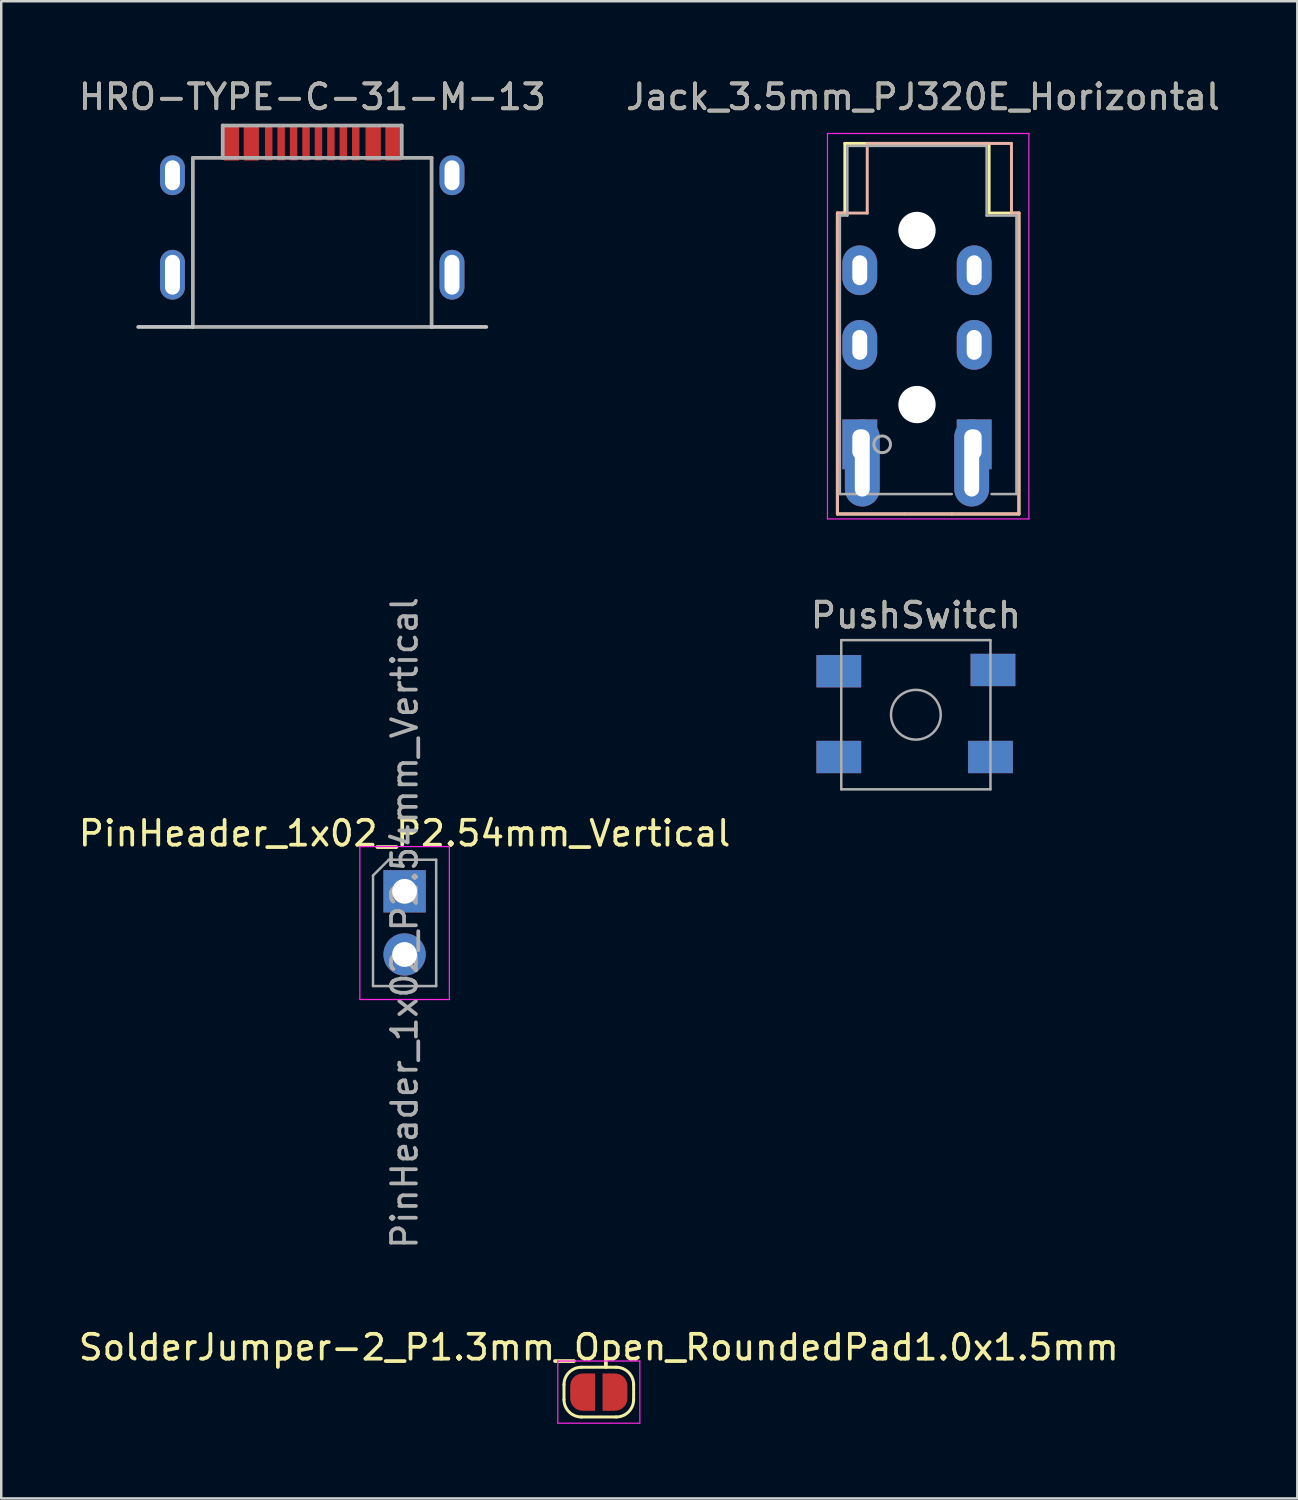
<source format=kicad_pcb>
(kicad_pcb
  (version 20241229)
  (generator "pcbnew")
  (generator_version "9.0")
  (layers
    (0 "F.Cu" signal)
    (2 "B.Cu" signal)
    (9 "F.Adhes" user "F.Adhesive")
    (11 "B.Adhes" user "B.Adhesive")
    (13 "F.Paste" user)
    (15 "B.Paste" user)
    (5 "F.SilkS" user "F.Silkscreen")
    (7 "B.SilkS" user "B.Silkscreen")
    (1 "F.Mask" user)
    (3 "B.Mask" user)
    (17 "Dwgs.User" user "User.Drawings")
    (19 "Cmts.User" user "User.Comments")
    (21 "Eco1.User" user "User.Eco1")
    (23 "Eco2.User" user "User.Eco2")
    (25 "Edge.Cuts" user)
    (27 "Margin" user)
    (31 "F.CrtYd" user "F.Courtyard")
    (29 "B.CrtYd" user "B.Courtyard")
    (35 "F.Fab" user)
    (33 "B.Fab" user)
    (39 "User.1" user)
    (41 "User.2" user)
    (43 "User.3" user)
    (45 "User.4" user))
  (footprint "Jack_3.5mm_PJ320E_Horizontal"
    (layer "F.Cu")
    (at 31.525 14.818)
    (property "Reference" "Jack_3.5mm_PJ320E_Horizontal" (at 2.54 -13.97 0) (layer "F.SilkS") (effects (font (size 1 1) (thickness 0.15))))
    (attr through_hole)
    (fp_line (start -0.9 -9.3) (end -0.9 2.8) (stroke (width 0.12) (type solid)) (layer "F.SilkS"))
    (fp_line (start -0.9 -9.3) (end -0.6 -9.3) (stroke (width 0.12) (type solid)) (layer "F.SilkS"))
    (fp_line (start -0.9 2.8) (end 3.7 2.8) (stroke (width 0.12) (type solid)) (layer "F.SilkS"))
    (fp_line (start -0.6 -9.3) (end -0.6 -12.1) (stroke (width 0.12) (type solid)) (layer "F.SilkS"))
    (fp_line (start 5.2 -12.1) (end -0.6 -12.1) (stroke (width 0.12) (type solid)) (layer "F.SilkS"))
    (fp_line (start 5.2 -9.3) (end 5.2 -12.1) (stroke (width 0.12) (type solid)) (layer "F.SilkS"))
    (fp_line (start 5.2 -9.3) (end 6.4 -9.3) (stroke (width 0.12) (type solid)) (layer "F.SilkS"))
    (fp_line (start 6.4 -9.3) (end 6.4 2.8) (stroke (width 0.12) (type solid)) (layer "F.SilkS"))
    (fp_line (start 6.4 2.8) (end 3.7 2.8) (stroke (width 0.12) (type solid)) (layer "F.SilkS"))
    (fp_line (start -0.9 -9.3) (end -0.9 2.8) (stroke (width 0.12) (type solid)) (layer "B.SilkS"))
    (fp_line (start -0.9 2.8) (end 1.8 2.8) (stroke (width 0.12) (type solid)) (layer "B.SilkS"))
    (fp_line (start 0.3 -12.1) (end 6.1 -12.1) (stroke (width 0.12) (type solid)) (layer "B.SilkS"))
    (fp_line (start 0.3 -9.3) (end -0.9 -9.3) (stroke (width 0.12) (type solid)) (layer "B.SilkS"))
    (fp_line (start 0.3 -9.3) (end 0.3 -12.1) (stroke (width 0.12) (type solid)) (layer "B.SilkS"))
    (fp_line (start 6.1 -9.3) (end 6.1 -12.1) (stroke (width 0.12) (type solid)) (layer "B.SilkS"))
    (fp_line (start 6.4 -9.3) (end 6.1 -9.3) (stroke (width 0.12) (type solid)) (layer "B.SilkS"))
    (fp_line (start 6.4 -9.3) (end 6.4 2.8) (stroke (width 0.12) (type solid)) (layer "B.SilkS"))
    (fp_line (start 6.4 2.8) (end 1.8 2.8) (stroke (width 0.12) (type solid)) (layer "B.SilkS"))
    (fp_line (start -1.3 -12.5) (end -1.3 3) (stroke (width 0.05) (type solid)) (layer "F.CrtYd"))
    (fp_line (start -1.3 -12.5) (end 6.8 -12.5) (stroke (width 0.05) (type solid)) (layer "F.CrtYd"))
    (fp_line (start -1.3 3) (end 6.8 3) (stroke (width 0.05) (type solid)) (layer "F.CrtYd"))
    (fp_line (start 6.8 -12.5) (end 6.8 3) (stroke (width 0.05) (type solid)) (layer "F.CrtYd"))
    (fp_line (start -0.8 -9.2) (end -0.5 -9.2) (stroke (width 0.1) (type solid)) (layer "F.Fab"))
    (fp_line (start -0.8 2) (end -0.8 -9.2) (stroke (width 0.1) (type solid)) (layer "F.Fab"))
    (fp_line (start -0.5 -12) (end 5.1 -12) (stroke (width 0.1) (type solid)) (layer "F.Fab"))
    (fp_line (start -0.5 -9.2) (end -0.5 -12) (stroke (width 0.1) (type solid)) (layer "F.Fab"))
    (fp_line (start 3.7 2) (end -0.8 2) (stroke (width 0.1) (type solid)) (layer "F.Fab"))
    (fp_line (start 5.1 -12) (end 5.1 -9.2) (stroke (width 0.1) (type solid)) (layer "F.Fab"))
    (fp_line (start 5.1 -9.2) (end 6.3 -9.2) (stroke (width 0.1) (type solid)) (layer "F.Fab"))
    (fp_line (start 6.3 -9.2) (end 6.3 2) (stroke (width 0.1) (type solid)) (layer "F.Fab"))
    (fp_line (start 6.3 2) (end 5.3 2) (stroke (width 0.1) (type solid)) (layer "F.Fab"))
    (fp_circle (center 0.9 0) (end 1.2 0.15) (stroke (width 0.12) (type solid)) (fill no) (layer "F.Fab"))
    (fp_text user "${REFERENCE}" (at 2.54 -13.97 0) (layer "F.Fab") (effects (font (size 1 1) (thickness 0.15))))
    (pad "" np_thru_hole oval (at 2.3 -8.6 270) (size 1.5 1.5) (drill oval 1.5) (layers "*.Cu" "*.Mask"))
    (pad "" np_thru_hole oval (at 2.3 -1.6 270) (size 1.5 1.5) (drill oval 1.5) (layers "*.Cu" "*.Mask"))
    (pad "R1" thru_hole oval (at 0 -4 270) (size 2 1.4) (drill oval 1.2 0.6) (layers "*.Cu" "*.Mask"))
    (pad "R1" thru_hole oval (at 4.6 -4 270) (size 2 1.4) (drill oval 1.2 0.6) (layers "*.Cu" "*.Mask"))
    (pad "R2" thru_hole oval (at 0 -7 270) (size 2 1.4) (drill oval 1.2 0.6) (layers "*.Cu" "*.Mask"))
    (pad "R2" thru_hole oval (at 4.6 -7 270) (size 2 1.4) (drill oval 1.2 0.6) (layers "*.Cu" "*.Mask"))
    (pad "T" thru_hole rect (at 0 0 270) (size 2 1.4) (drill oval 1.2 0.6) (layers "*.Cu" "*.Mask"))
    (pad "T" thru_hole oval (at 0.1 0.75 270) (size 3.5 1.4) (drill oval 2.7 0.6) (layers "*.Cu" "*.Mask"))
    (pad "T" thru_hole oval (at 4.5 0.75 270) (size 3.5 1.4) (drill oval 2.7 0.6) (layers "*.Cu" "*.Mask"))
    (pad "T" thru_hole rect (at 4.6 0 270) (size 2 1.4) (drill oval 1.2 0.6) (layers "*.Cu" "*.Mask")))
  (footprint "SolderJumper-2_P1.3mm_Open_RoundedPad1.0x1.5mm"
    (layer "F.Cu")
    (at 21.03 52.932)
    (property "Reference" "SolderJumper-2_P1.3mm_Open_RoundedPad1.0x1.5mm" (at 0 -1.8 0) (layer "F.SilkS") (effects (font (size 1 1) (thickness 0.15))))
    (attr exclude_from_pos_files exclude_from_bom)
    (fp_line (start -1.4 0.3) (end -1.4 -0.3) (stroke (width 0.12) (type solid)) (layer "F.SilkS"))
    (fp_line (start -0.7 -1) (end 0.7 -1) (stroke (width 0.12) (type solid)) (layer "F.SilkS"))
    (fp_line (start 0.7 1) (end -0.7 1) (stroke (width 0.12) (type solid)) (layer "F.SilkS"))
    (fp_line (start 1.4 -0.3) (end 1.4 0.3) (stroke (width 0.12) (type solid)) (layer "F.SilkS"))
    (fp_arc (start -1.4 -0.3) (mid -1.194975 -0.794975) (end -0.7 -1) (stroke (width 0.12) (type solid)) (layer "F.SilkS"))
    (fp_arc (start -0.7 1) (mid -1.194975 0.794975) (end -1.4 0.3) (stroke (width 0.12) (type solid)) (layer "F.SilkS"))
    (fp_arc (start 0.7 -1) (mid 1.194975 -0.794975) (end 1.4 -0.3) (stroke (width 0.12) (type solid)) (layer "F.SilkS"))
    (fp_arc (start 1.4 0.3) (mid 1.194975 0.794975) (end 0.7 1) (stroke (width 0.12) (type solid)) (layer "F.SilkS"))
    (fp_line (start -1.65 -1.25) (end -1.65 1.25) (stroke (width 0.05) (type solid)) (layer "F.CrtYd"))
    (fp_line (start -1.65 -1.25) (end 1.65 -1.25) (stroke (width 0.05) (type solid)) (layer "F.CrtYd"))
    (fp_line (start 1.65 1.25) (end -1.65 1.25) (stroke (width 0.05) (type solid)) (layer "F.CrtYd"))
    (fp_line (start 1.65 1.25) (end 1.65 -1.25) (stroke (width 0.05) (type solid)) (layer "F.CrtYd"))
    (pad "1" smd custom (at -0.65 0) (size 1 0.5) (layers "F.Cu" "F.Mask") (options (anchor rect)) (primitives (gr_circle (center 0 0.25) (end 0.5 0.25) (width 0) (fill yes)) (gr_circle (center 0 -0.25) (end 0.5 -0.25) (width 0) (fill yes)) (gr_poly (pts (xy 0.5 0.75) (xy 0 0.75) (xy 0 -0.75) (xy 0.5 -0.75)) (width 0) (fill yes))))
    (pad "2" smd custom (at 0.65 0) (size 1 0.5) (layers "F.Cu" "F.Mask") (options (anchor rect)) (primitives (gr_circle (center 0 0.25) (end 0.5 0.25) (width 0) (fill yes)) (gr_circle (center 0 -0.25) (end 0.5 -0.25) (width 0) (fill yes)) (gr_poly (pts (xy 0 0.75) (xy -0.5 0.75) (xy -0.5 -0.75) (xy 0 -0.75)) (width 0) (fill yes)))))
  (footprint "PushSwitch"
    (layer "F.Cu")
    (at 33.78 25.692)
    (property "Reference" "PushSwitch" (at 0 -4 180) (layer "F.SilkS") (effects (font (size 1 1) (thickness 0.15))))
    (attr smd)
    (fp_line (start -3 -3) (end -3 3) (stroke (width 0.1) (type solid)) (layer "F.Fab"))
    (fp_line (start -3 3) (end 3 3) (stroke (width 0.1) (type solid)) (layer "F.Fab"))
    (fp_line (start 3 -3) (end -3 -3) (stroke (width 0.1) (type solid)) (layer "F.Fab"))
    (fp_line (start 3 3) (end 3 -3) (stroke (width 0.1) (type solid)) (layer "F.Fab"))
    (fp_circle (center 0 0) (end 1 0) (stroke (width 0.1) (type solid)) (fill no) (layer "F.Fab"))
    (fp_text user "${REFERENCE}" (at 0 -4 180) (layer "F.Fab") (effects (font (size 1 1) (thickness 0.15))))
    (pad "1" smd rect (at -3.1 -1.75) (size 1.8 1.3) (layers "F.Cu" "F.Mask" "F.Paste"))
    (pad "1" smd rect (at -3.1 -1.75) (size 1.8 1.3) (layers "B.Cu" "B.Mask" "B.Paste"))
    (pad "1" smd rect (at 3.1 -1.8) (size 1.8 1.3) (layers "F.Cu" "F.Mask" "F.Paste"))
    (pad "1" smd rect (at 3.1 -1.8) (size 1.8 1.3) (layers "B.Cu" "B.Mask" "B.Paste"))
    (pad "2" smd rect (at -3.1 1.7) (size 1.8 1.3) (layers "F.Cu" "F.Mask" "F.Paste"))
    (pad "2" smd rect (at -3.1 1.7) (size 1.8 1.3) (layers "B.Cu" "B.Mask" "B.Paste"))
    (pad "2" smd rect (at 3 1.7) (size 1.8 1.3) (layers "F.Cu" "F.Mask" "F.Paste"))
    (pad "2" smd rect (at 3 1.7) (size 1.8 1.3) (layers "B.Cu" "B.Mask" "B.Paste")))
  (footprint "HRO-TYPE-C-31-M-13"
    (layer "F.Cu")
    (at 9.506 10.098)
    (property "Reference" "HRO-TYPE-C-31-M-13" (at 0 -9.25 0) (layer "F.SilkS") (effects (font (size 1 1) (thickness 0.15))))
    (attr smd)
    (fp_line (start -4.8 0) (end -7 0) (stroke (width 0.15) (type solid)) (layer "Dwgs.User"))
    (fp_line (start 7 0) (end 4.8 0) (stroke (width 0.15) (type solid)) (layer "Dwgs.User"))
    (fp_line (start -4.8 -6.8) (end -4.8 0) (stroke (width 0.15) (type solid)) (layer "F.Fab"))
    (fp_line (start -3.6 -8.1) (end 3.6 -8.1) (stroke (width 0.15) (type solid)) (layer "F.Fab"))
    (fp_line (start -3.6 -6.8) (end -3.6 -8.1) (stroke (width 0.15) (type solid)) (layer "F.Fab"))
    (fp_line (start 3.6 -8.1) (end 3.6 -6.8) (stroke (width 0.15) (type solid)) (layer "F.Fab"))
    (fp_line (start 4.8 -6.8) (end -4.8 -6.8) (stroke (width 0.15) (type solid)) (layer "F.Fab"))
    (fp_line (start 4.8 -6.8) (end 4.8 0) (stroke (width 0.15) (type solid)) (layer "F.Fab"))
    (fp_line (start 4.8 0) (end -4.8 0) (stroke (width 0.15) (type solid)) (layer "F.Fab"))
    (fp_text user "${REFERENCE}" (at 0 -9.25 0) (layer "F.Fab") (effects (font (size 1 1) (thickness 0.15))))
    (pad "A1" smd rect (at -3.25 -7.4) (size 0.6 1.4) (layers "F.Cu" "F.Mask" "F.Paste"))
    (pad "A4" smd rect (at -2.45 -7.4) (size 0.6 1.4) (layers "F.Cu" "F.Mask" "F.Paste"))
    (pad "A5" smd rect (at -1.25 -7.4) (size 0.3 1.4) (layers "F.Cu" "F.Mask" "F.Paste"))
    (pad "A6" smd rect (at -0.25 -7.4) (size 0.3 1.4) (layers "F.Cu" "F.Mask" "F.Paste"))
    (pad "A7" smd rect (at 0.25 -7.4) (size 0.3 1.4) (layers "F.Cu" "F.Mask" "F.Paste"))
    (pad "A8" smd rect (at 1.25 -7.4) (size 0.3 1.4) (layers "F.Cu" "F.Mask" "F.Paste"))
    (pad "A9" smd rect (at 2.45 -7.4) (size 0.6 1.4) (layers "F.Cu" "F.Mask" "F.Paste"))
    (pad "A12" smd rect (at 3.25 -7.4) (size 0.6 1.4) (layers "F.Cu" "F.Mask" "F.Paste"))
    (pad "B1" smd rect (at 3.25 -7.4) (size 0.6 1.4) (layers "F.Cu" "F.Mask" "F.Paste"))
    (pad "B4" smd rect (at 2.45 -7.4) (size 0.6 1.4) (layers "F.Cu" "F.Mask" "F.Paste"))
    (pad "B5" smd rect (at 1.75 -7.4) (size 0.3 1.4) (layers "F.Cu" "F.Mask" "F.Paste"))
    (pad "B6" smd rect (at 0.75 -7.4) (size 0.3 1.4) (layers "F.Cu" "F.Mask" "F.Paste"))
    (pad "B7" smd rect (at -0.75 -7.4) (size 0.3 1.4) (layers "F.Cu" "F.Mask" "F.Paste"))
    (pad "B8" smd rect (at -1.75 -7.4) (size 0.3 1.4) (layers "F.Cu" "F.Mask" "F.Paste"))
    (pad "B9" smd rect (at -2.45 -7.4) (size 0.6 1.4) (layers "F.Cu" "F.Mask" "F.Paste"))
    (pad "B12" smd rect (at -3.25 -7.4) (size 0.6 1.4) (layers "F.Cu" "F.Mask" "F.Paste"))
    (pad "S1" thru_hole oval (at -5.62 -6.1) (size 1 1.6) (drill oval 0.6 1.2) (layers "*.Cu" "*.Mask"))
    (pad "S1" thru_hole oval (at -5.62 -2.1) (size 1 2) (drill oval 0.6 1.6) (layers "*.Cu" "*.Mask"))
    (pad "S1" thru_hole oval (at 5.62 -6.1) (size 1 1.6) (drill oval 0.6 1.2) (layers "*.Cu" "*.Mask"))
    (pad "S1" thru_hole oval (at 5.62 -2.1) (size 1 2) (drill oval 0.6 1.6) (layers "*.Cu" "*.Mask")))
  (footprint "PinHeader_1x02_P2.54mm_Vertical"
    (layer "F.Cu")
    (at 13.22 32.793)
    (property "Reference" "PinHeader_1x02_P2.54mm_Vertical" (at 0 -2.33 0) (layer "F.SilkS") (effects (font (size 1 1) (thickness 0.15))))
    (attr through_hole)
    (fp_line (start -1.8 -1.8) (end -1.8 4.35) (stroke (width 0.05) (type solid)) (layer "F.CrtYd"))
    (fp_line (start -1.8 4.35) (end 1.8 4.35) (stroke (width 0.05) (type solid)) (layer "F.CrtYd"))
    (fp_line (start 1.8 -1.8) (end -1.8 -1.8) (stroke (width 0.05) (type solid)) (layer "F.CrtYd"))
    (fp_line (start 1.8 4.35) (end 1.8 -1.8) (stroke (width 0.05) (type solid)) (layer "F.CrtYd"))
    (fp_line (start -1.27 -0.635) (end -0.635 -1.27) (stroke (width 0.1) (type solid)) (layer "F.Fab"))
    (fp_line (start -1.27 3.81) (end -1.27 -0.635) (stroke (width 0.1) (type solid)) (layer "F.Fab"))
    (fp_line (start -0.635 -1.27) (end 1.27 -1.27) (stroke (width 0.1) (type solid)) (layer "F.Fab"))
    (fp_line (start 1.27 -1.27) (end 1.27 3.81) (stroke (width 0.1) (type solid)) (layer "F.Fab"))
    (fp_line (start 1.27 3.81) (end -1.27 3.81) (stroke (width 0.1) (type solid)) (layer "F.Fab"))
    (fp_text user "${REFERENCE}" (at 0 1.27 90) (layer "F.Fab") (effects (font (size 1 1) (thickness 0.15))))
    (pad "1" thru_hole rect (at 0 0) (size 1.7 1.7) (drill 1) (layers "*.Cu" "*.Mask"))
    (pad "2" thru_hole oval (at 0 2.54) (size 1.7 1.7) (drill 1) (layers "*.Cu" "*.Mask")))
  (gr_rect
    (start -3 -3)
    (end 49.119 57.207)
    (stroke (width 0.1) (type default))
    (fill no)
    (layer "Edge.Cuts")))
</source>
